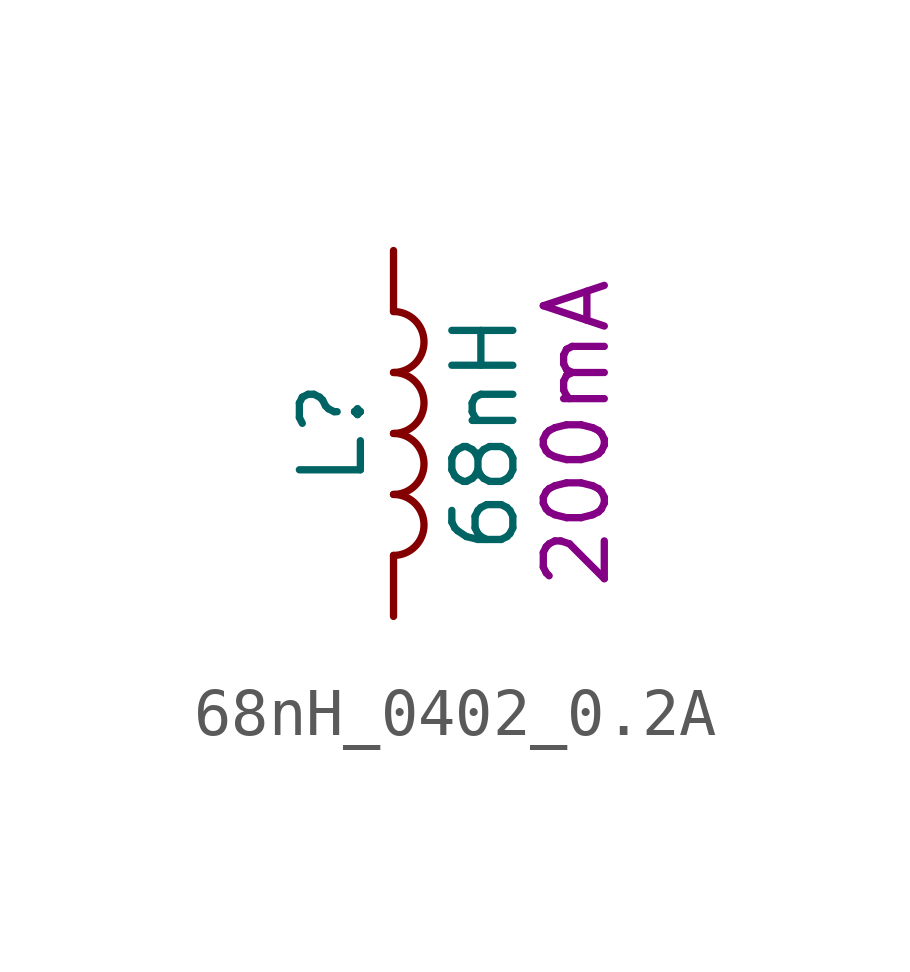
<source format=kicad_sym>
(kicad_symbol_lib
  (version 20220914)
  (generator kicad_symbol_editor)
  (symbol "68nH_0402_0.2A"
    (pin_numbers hide)
    (pin_names
      (offset 1.016) hide)
    (property "Reference" "L"
      (at -1.27 0 90)
      (effects (font (size 1.27 1.27))))
    (property "Value" "68nH"
      (at 1.905 0 90)
      (effects (font (size 1.27 1.27))))
    (property "Current" "200mA"
      (at 3.81 0 90)
      (effects (font (size 1.27 1.27))))
    (symbol "68nH_0402_0.2A_0_1"
      (arc (start 0 -2.54) (mid 0.6323 -1.905) (end 0 -1.27) (stroke (width 0) (type default)) (fill (type none)))
      (arc (start 0 -1.27) (mid 0.6323 -0.635) (end 0 0) (stroke (width 0) (type default)) (fill (type none)))
      (arc (start 0 0) (mid 0.6323 0.635) (end 0 1.27) (stroke (width 0) (type default)) (fill (type none)))
      (arc (start 0 1.27) (mid 0.6323 1.905) (end 0 2.54) (stroke (width 0) (type default)) (fill (type none))))
    (symbol "68nH_0402_0.2A_1_1"
      (pin passive line (at 0 3.81 270) (length 1.27) (name "1" (effects (font (size 1.27 1.27)))) (number "1" (effects (font (size 1.27 1.27)))))
      (pin passive line (at 0 -3.81 90) (length 1.27) (name "2" (effects (font (size 1.27 1.27)))) (number "2" (effects (font (size 1.27 1.27))))))))
</source>
